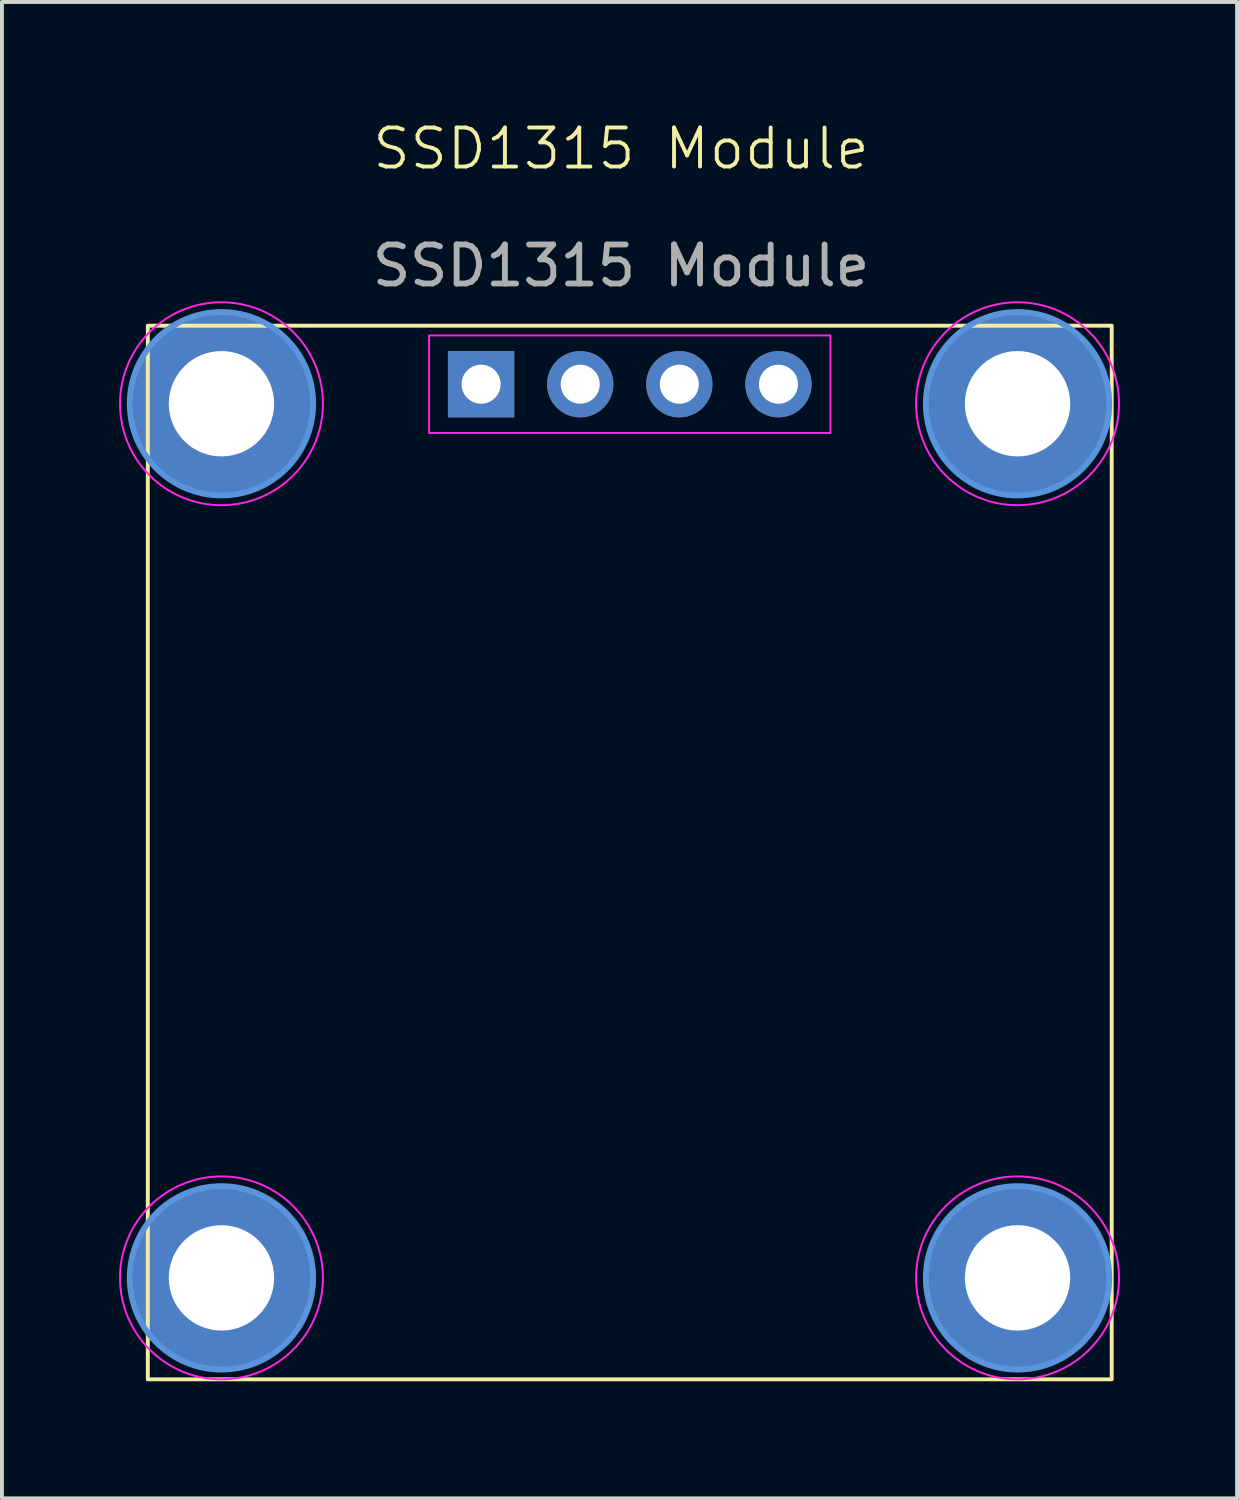
<source format=kicad_pcb>
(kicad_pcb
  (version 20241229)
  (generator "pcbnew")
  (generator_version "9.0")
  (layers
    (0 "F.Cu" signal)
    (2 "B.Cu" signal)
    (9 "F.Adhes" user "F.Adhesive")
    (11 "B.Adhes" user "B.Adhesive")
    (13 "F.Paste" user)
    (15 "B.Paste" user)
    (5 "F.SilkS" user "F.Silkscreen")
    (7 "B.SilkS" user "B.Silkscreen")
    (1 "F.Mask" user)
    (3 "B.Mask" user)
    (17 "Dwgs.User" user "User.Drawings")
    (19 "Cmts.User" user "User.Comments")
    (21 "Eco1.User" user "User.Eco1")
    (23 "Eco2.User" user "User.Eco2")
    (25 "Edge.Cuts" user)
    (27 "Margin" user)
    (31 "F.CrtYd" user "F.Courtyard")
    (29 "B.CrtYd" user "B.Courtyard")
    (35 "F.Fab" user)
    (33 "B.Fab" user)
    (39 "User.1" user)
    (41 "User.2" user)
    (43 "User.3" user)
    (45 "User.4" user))
  (footprint "SSD1315 Module"
    (layer "F.Cu")
    (at 12.865 1.26)
    (property "Reference" "SSD1315 Module" (at 0 -0.5 0) (unlocked yes) (layer "F.SilkS") (effects (font (size 1 1) (thickness 0.1))))
    (attr through_hole)
    (fp_rect (start -12.127 4.036) (end 12.573 31.036) (stroke (width 0.1) (type default)) (fill no) (layer "F.SilkS"))
    (fp_circle (center -10.24 6.036) (end -7.89 6.036) (stroke (width 0.15) (type solid)) (fill no) (layer "Cmts.User"))
    (fp_circle (center -10.24 28.436) (end -7.89 28.436) (stroke (width 0.15) (type solid)) (fill no) (layer "Cmts.User"))
    (fp_circle (center 10.16 6.036) (end 12.51 6.036) (stroke (width 0.15) (type solid)) (fill no) (layer "Cmts.User"))
    (fp_circle (center 10.16 28.436) (end 12.51 28.436) (stroke (width 0.15) (type solid)) (fill no) (layer "Cmts.User"))
    (fp_rect (start -4.92 4.286) (end 5.366 6.786) (stroke (width 0.05) (type default)) (fill no) (layer "F.CrtYd"))
    (fp_circle (center -10.24 6.036) (end -7.64 6.036) (stroke (width 0.05) (type solid)) (fill no) (layer "F.CrtYd"))
    (fp_circle (center -10.24 28.436) (end -7.64 28.436) (stroke (width 0.05) (type solid)) (fill no) (layer "F.CrtYd"))
    (fp_circle (center 10.16 6.036) (end 12.76 6.036) (stroke (width 0.05) (type solid)) (fill no) (layer "F.CrtYd"))
    (fp_circle (center 10.16 28.436) (end 12.76 28.436) (stroke (width 0.05) (type solid)) (fill no) (layer "F.CrtYd"))
    (fp_text user "${REFERENCE}" (at 0 2.5 0) (unlocked yes) (layer "F.Fab") (effects (font (size 1 1) (thickness 0.15))))
    (pad "1" thru_hole rect (at -3.587 5.536 90) (size 1.7 1.7) (drill 1) (layers "*.Cu" "*.Mask"))
    (pad "2" thru_hole oval (at -1.047 5.536 90) (size 1.7 1.7) (drill 1) (layers "*.Cu" "*.Mask"))
    (pad "3" thru_hole oval (at 1.493 5.536 90) (size 1.7 1.7) (drill 1) (layers "*.Cu" "*.Mask"))
    (pad "4" thru_hole oval (at 4.033 5.536 90) (size 1.7 1.7) (drill 1) (layers "*.Cu" "*.Mask"))
    (pad "5" thru_hole circle (at -10.24 6.036) (size 4.7 4.7) (drill 2.7) (layers "*.Cu" "*.Mask"))
    (pad "5" thru_hole circle (at -10.24 28.436) (size 4.7 4.7) (drill 2.7) (layers "*.Cu" "*.Mask"))
    (pad "5" thru_hole circle (at 10.16 6.036) (size 4.7 4.7) (drill 2.7) (layers "*.Cu" "*.Mask"))
    (pad "5" thru_hole circle (at 10.16 28.436) (size 4.7 4.7) (drill 2.7) (layers "*.Cu" "*.Mask")))
  (gr_rect
    (start -3 -3)
    (end 28.65 35.346)
    (stroke (width 0.1) (type default))
    (fill no)
    (layer "Edge.Cuts")))
</source>
